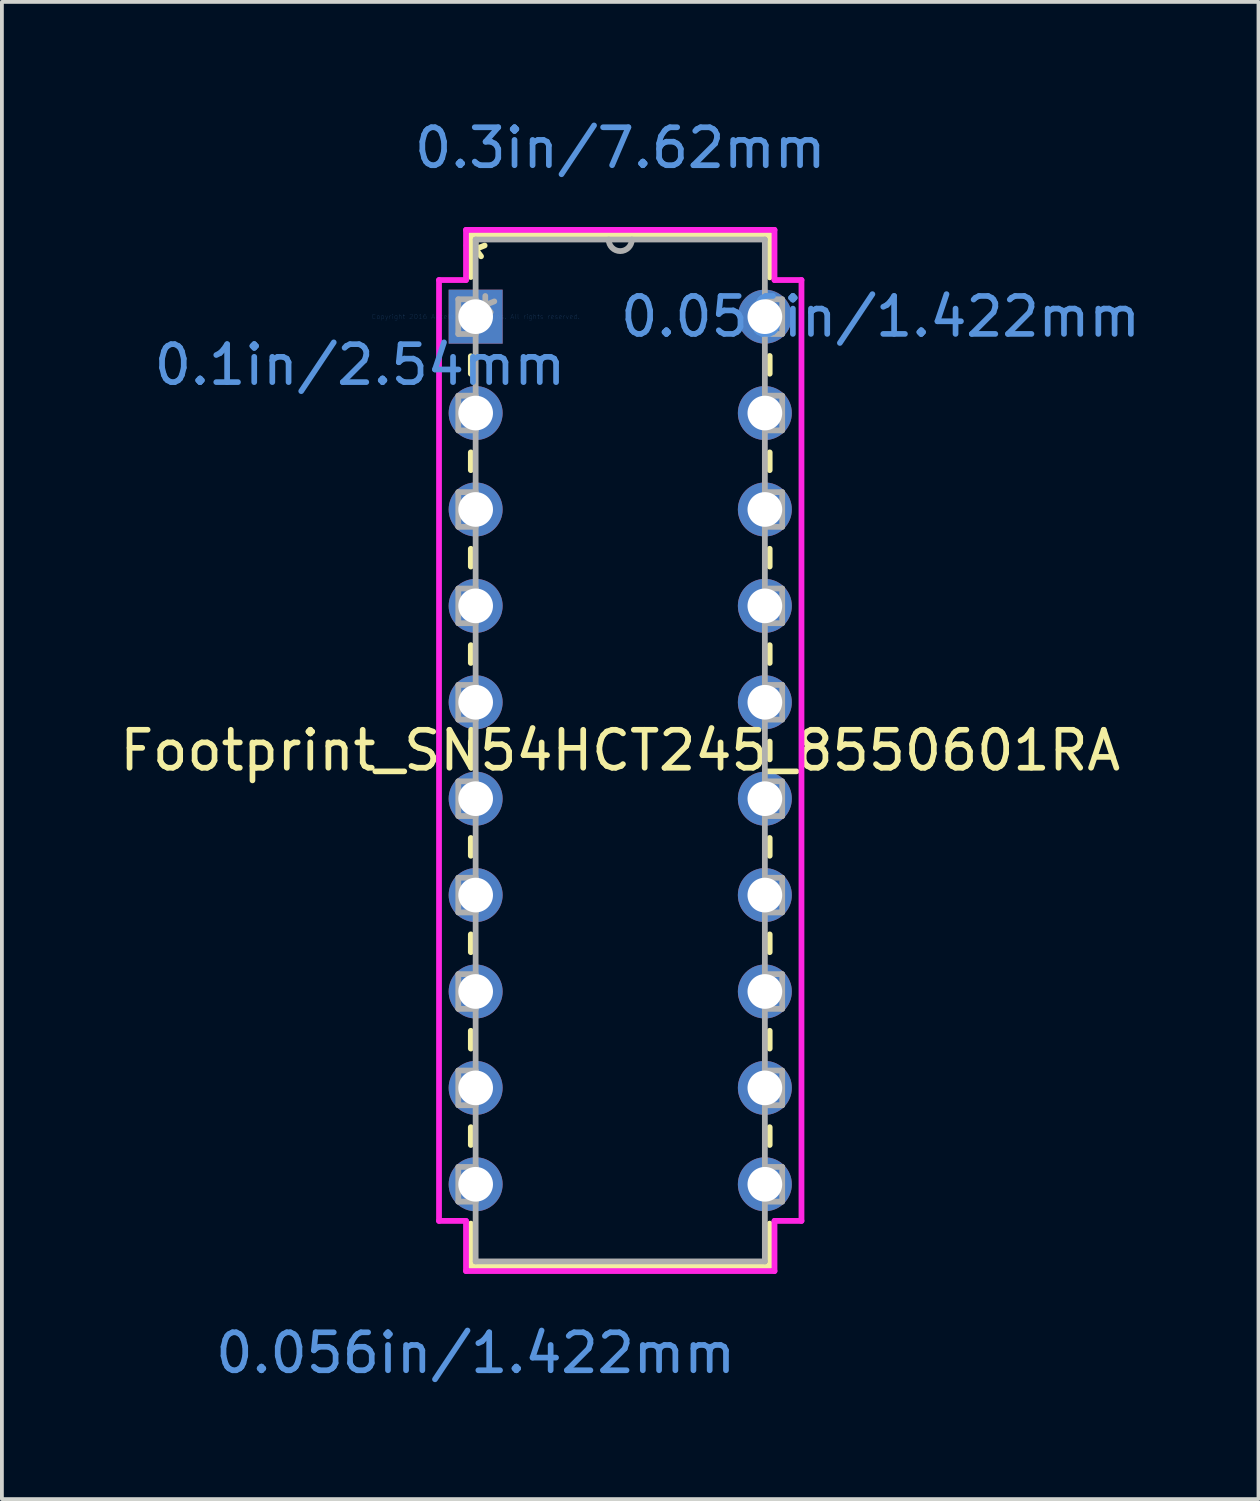
<source format=kicad_pcb>
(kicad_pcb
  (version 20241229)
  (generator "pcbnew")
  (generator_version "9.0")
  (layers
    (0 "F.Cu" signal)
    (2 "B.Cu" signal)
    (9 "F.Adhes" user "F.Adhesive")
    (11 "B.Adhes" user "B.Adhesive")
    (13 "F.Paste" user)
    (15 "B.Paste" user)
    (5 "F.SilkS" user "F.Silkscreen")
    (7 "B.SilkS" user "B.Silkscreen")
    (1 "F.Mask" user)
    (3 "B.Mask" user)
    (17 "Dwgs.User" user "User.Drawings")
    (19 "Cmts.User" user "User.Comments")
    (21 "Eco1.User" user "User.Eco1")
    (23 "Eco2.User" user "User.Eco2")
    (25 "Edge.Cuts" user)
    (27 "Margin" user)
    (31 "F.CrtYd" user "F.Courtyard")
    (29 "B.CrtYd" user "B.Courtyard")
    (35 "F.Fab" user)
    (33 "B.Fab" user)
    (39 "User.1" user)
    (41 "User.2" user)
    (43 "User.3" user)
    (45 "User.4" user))
  (footprint "Footprint_SN54HCT245_8550601RA"
    (layer "F.Cu")
    (at 9.482 5.293)
    (property "Reference" "Footprint_SN54HCT245_8550601RA" (at 3.81 11.43 0) (layer "F.SilkS") (effects (font (size 1 1) (thickness 0.15))))
    (attr through_hole)
    (fp_line (start -0.127 -2.159) (end -0.127 -1.044) (stroke (width 0.152) (type solid)) (layer "F.SilkS"))
    (fp_line (start -0.127 1.044) (end -0.127 1.504) (stroke (width 0.152) (type solid)) (layer "F.SilkS"))
    (fp_line (start -0.127 3.576) (end -0.127 4.044) (stroke (width 0.152) (type solid)) (layer "F.SilkS"))
    (fp_line (start -0.127 6.116) (end -0.127 6.584) (stroke (width 0.152) (type solid)) (layer "F.SilkS"))
    (fp_line (start -0.127 8.656) (end -0.127 9.124) (stroke (width 0.152) (type solid)) (layer "F.SilkS"))
    (fp_line (start -0.127 11.196) (end -0.127 11.664) (stroke (width 0.152) (type solid)) (layer "F.SilkS"))
    (fp_line (start -0.127 13.736) (end -0.127 14.204) (stroke (width 0.152) (type solid)) (layer "F.SilkS"))
    (fp_line (start -0.127 16.276) (end -0.127 16.744) (stroke (width 0.152) (type solid)) (layer "F.SilkS"))
    (fp_line (start -0.127 18.816) (end -0.127 19.284) (stroke (width 0.152) (type solid)) (layer "F.SilkS"))
    (fp_line (start -0.127 21.356) (end -0.127 21.824) (stroke (width 0.152) (type solid)) (layer "F.SilkS"))
    (fp_line (start -0.127 23.896) (end -0.127 25.019) (stroke (width 0.152) (type solid)) (layer "F.SilkS"))
    (fp_line (start -0.127 25.019) (end 7.747 25.019) (stroke (width 0.152) (type solid)) (layer "F.SilkS"))
    (fp_line (start 7.747 -2.159) (end -0.127 -2.159) (stroke (width 0.152) (type solid)) (layer "F.SilkS"))
    (fp_line (start 7.747 -1.036) (end 7.747 -2.159) (stroke (width 0.152) (type solid)) (layer "F.SilkS"))
    (fp_line (start 7.747 1.504) (end 7.747 1.036) (stroke (width 0.152) (type solid)) (layer "F.SilkS"))
    (fp_line (start 7.747 4.044) (end 7.747 3.576) (stroke (width 0.152) (type solid)) (layer "F.SilkS"))
    (fp_line (start 7.747 6.584) (end 7.747 6.116) (stroke (width 0.152) (type solid)) (layer "F.SilkS"))
    (fp_line (start 7.747 9.124) (end 7.747 8.656) (stroke (width 0.152) (type solid)) (layer "F.SilkS"))
    (fp_line (start 7.747 11.664) (end 7.747 11.196) (stroke (width 0.152) (type solid)) (layer "F.SilkS"))
    (fp_line (start 7.747 14.204) (end 7.747 13.736) (stroke (width 0.152) (type solid)) (layer "F.SilkS"))
    (fp_line (start 7.747 16.744) (end 7.747 16.276) (stroke (width 0.152) (type solid)) (layer "F.SilkS"))
    (fp_line (start 7.747 19.284) (end 7.747 18.816) (stroke (width 0.152) (type solid)) (layer "F.SilkS"))
    (fp_line (start 7.747 21.824) (end 7.747 21.356) (stroke (width 0.152) (type solid)) (layer "F.SilkS"))
    (fp_line (start 7.747 25.019) (end 7.747 23.896) (stroke (width 0.152) (type solid)) (layer "F.SilkS"))
    (fp_line (start -0.965 -0.965) (end -0.254 -0.965) (stroke (width 0.152) (type solid)) (layer "F.CrtYd"))
    (fp_line (start -0.965 23.825) (end -0.965 -0.965) (stroke (width 0.152) (type solid)) (layer "F.CrtYd"))
    (fp_line (start -0.254 -2.286) (end 7.874 -2.286) (stroke (width 0.152) (type solid)) (layer "F.CrtYd"))
    (fp_line (start -0.254 -0.965) (end -0.254 -2.286) (stroke (width 0.152) (type solid)) (layer "F.CrtYd"))
    (fp_line (start -0.254 23.825) (end -0.965 23.825) (stroke (width 0.152) (type solid)) (layer "F.CrtYd"))
    (fp_line (start -0.254 25.146) (end -0.254 23.825) (stroke (width 0.152) (type solid)) (layer "F.CrtYd"))
    (fp_line (start 7.874 -2.286) (end 7.874 -0.965) (stroke (width 0.152) (type solid)) (layer "F.CrtYd"))
    (fp_line (start 7.874 23.825) (end 7.874 25.146) (stroke (width 0.152) (type solid)) (layer "F.CrtYd"))
    (fp_line (start 7.874 25.146) (end -0.254 25.146) (stroke (width 0.152) (type solid)) (layer "F.CrtYd"))
    (fp_line (start 8.585 -0.965) (end 7.874 -0.965) (stroke (width 0.152) (type solid)) (layer "F.CrtYd"))
    (fp_line (start 8.585 -0.965) (end 8.585 23.825) (stroke (width 0.152) (type solid)) (layer "F.CrtYd"))
    (fp_line (start 8.585 23.825) (end 7.874 23.825) (stroke (width 0.152) (type solid)) (layer "F.CrtYd"))
    (fp_line (start -0.457 -0.457) (end -0.457 0.457) (stroke (width 0.152) (type solid)) (layer "F.Fab"))
    (fp_line (start -0.457 0.457) (end 0 0.457) (stroke (width 0.152) (type solid)) (layer "F.Fab"))
    (fp_line (start -0.457 2.083) (end -0.457 2.997) (stroke (width 0.152) (type solid)) (layer "F.Fab"))
    (fp_line (start -0.457 2.997) (end 0 2.997) (stroke (width 0.152) (type solid)) (layer "F.Fab"))
    (fp_line (start -0.457 4.623) (end -0.457 5.537) (stroke (width 0.152) (type solid)) (layer "F.Fab"))
    (fp_line (start -0.457 5.537) (end 0 5.537) (stroke (width 0.152) (type solid)) (layer "F.Fab"))
    (fp_line (start -0.457 7.163) (end -0.457 8.077) (stroke (width 0.152) (type solid)) (layer "F.Fab"))
    (fp_line (start -0.457 8.077) (end 0 8.077) (stroke (width 0.152) (type solid)) (layer "F.Fab"))
    (fp_line (start -0.457 9.703) (end -0.457 10.617) (stroke (width 0.152) (type solid)) (layer "F.Fab"))
    (fp_line (start -0.457 10.617) (end 0 10.617) (stroke (width 0.152) (type solid)) (layer "F.Fab"))
    (fp_line (start -0.457 12.243) (end -0.457 13.157) (stroke (width 0.152) (type solid)) (layer "F.Fab"))
    (fp_line (start -0.457 13.157) (end 0 13.157) (stroke (width 0.152) (type solid)) (layer "F.Fab"))
    (fp_line (start -0.457 14.783) (end -0.457 15.697) (stroke (width 0.152) (type solid)) (layer "F.Fab"))
    (fp_line (start -0.457 15.697) (end 0 15.697) (stroke (width 0.152) (type solid)) (layer "F.Fab"))
    (fp_line (start -0.457 17.323) (end -0.457 18.237) (stroke (width 0.152) (type solid)) (layer "F.Fab"))
    (fp_line (start -0.457 18.237) (end 0 18.237) (stroke (width 0.152) (type solid)) (layer "F.Fab"))
    (fp_line (start -0.457 19.863) (end -0.457 20.777) (stroke (width 0.152) (type solid)) (layer "F.Fab"))
    (fp_line (start -0.457 20.777) (end 0 20.777) (stroke (width 0.152) (type solid)) (layer "F.Fab"))
    (fp_line (start -0.457 22.403) (end -0.457 23.317) (stroke (width 0.152) (type solid)) (layer "F.Fab"))
    (fp_line (start -0.457 23.317) (end 0 23.317) (stroke (width 0.152) (type solid)) (layer "F.Fab"))
    (fp_line (start 0 -2.032) (end 0 24.892) (stroke (width 0.152) (type solid)) (layer "F.Fab"))
    (fp_line (start 0 -0.457) (end -0.457 -0.457) (stroke (width 0.152) (type solid)) (layer "F.Fab"))
    (fp_line (start 0 0.457) (end 0 -0.457) (stroke (width 0.152) (type solid)) (layer "F.Fab"))
    (fp_line (start 0 2.083) (end -0.457 2.083) (stroke (width 0.152) (type solid)) (layer "F.Fab"))
    (fp_line (start 0 2.997) (end 0 2.083) (stroke (width 0.152) (type solid)) (layer "F.Fab"))
    (fp_line (start 0 4.623) (end -0.457 4.623) (stroke (width 0.152) (type solid)) (layer "F.Fab"))
    (fp_line (start 0 5.537) (end 0 4.623) (stroke (width 0.152) (type solid)) (layer "F.Fab"))
    (fp_line (start 0 7.163) (end -0.457 7.163) (stroke (width 0.152) (type solid)) (layer "F.Fab"))
    (fp_line (start 0 8.077) (end 0 7.163) (stroke (width 0.152) (type solid)) (layer "F.Fab"))
    (fp_line (start 0 9.703) (end -0.457 9.703) (stroke (width 0.152) (type solid)) (layer "F.Fab"))
    (fp_line (start 0 10.617) (end 0 9.703) (stroke (width 0.152) (type solid)) (layer "F.Fab"))
    (fp_line (start 0 12.243) (end -0.457 12.243) (stroke (width 0.152) (type solid)) (layer "F.Fab"))
    (fp_line (start 0 13.157) (end 0 12.243) (stroke (width 0.152) (type solid)) (layer "F.Fab"))
    (fp_line (start 0 14.783) (end -0.457 14.783) (stroke (width 0.152) (type solid)) (layer "F.Fab"))
    (fp_line (start 0 15.697) (end 0 14.783) (stroke (width 0.152) (type solid)) (layer "F.Fab"))
    (fp_line (start 0 17.323) (end -0.457 17.323) (stroke (width 0.152) (type solid)) (layer "F.Fab"))
    (fp_line (start 0 18.237) (end 0 17.323) (stroke (width 0.152) (type solid)) (layer "F.Fab"))
    (fp_line (start 0 19.863) (end -0.457 19.863) (stroke (width 0.152) (type solid)) (layer "F.Fab"))
    (fp_line (start 0 20.777) (end 0 19.863) (stroke (width 0.152) (type solid)) (layer "F.Fab"))
    (fp_line (start 0 22.403) (end -0.457 22.403) (stroke (width 0.152) (type solid)) (layer "F.Fab"))
    (fp_line (start 0 23.317) (end 0 22.403) (stroke (width 0.152) (type solid)) (layer "F.Fab"))
    (fp_line (start 0 24.892) (end 7.62 24.892) (stroke (width 0.152) (type solid)) (layer "F.Fab"))
    (fp_line (start 7.62 -2.032) (end 0 -2.032) (stroke (width 0.152) (type solid)) (layer "F.Fab"))
    (fp_line (start 7.62 -0.457) (end 7.62 0.457) (stroke (width 0.152) (type solid)) (layer "F.Fab"))
    (fp_line (start 7.62 0.457) (end 8.077 0.457) (stroke (width 0.152) (type solid)) (layer "F.Fab"))
    (fp_line (start 7.62 2.083) (end 7.62 2.997) (stroke (width 0.152) (type solid)) (layer "F.Fab"))
    (fp_line (start 7.62 2.997) (end 8.077 2.997) (stroke (width 0.152) (type solid)) (layer "F.Fab"))
    (fp_line (start 7.62 4.623) (end 7.62 5.537) (stroke (width 0.152) (type solid)) (layer "F.Fab"))
    (fp_line (start 7.62 5.537) (end 8.077 5.537) (stroke (width 0.152) (type solid)) (layer "F.Fab"))
    (fp_line (start 7.62 7.163) (end 7.62 8.077) (stroke (width 0.152) (type solid)) (layer "F.Fab"))
    (fp_line (start 7.62 8.077) (end 8.077 8.077) (stroke (width 0.152) (type solid)) (layer "F.Fab"))
    (fp_line (start 7.62 9.703) (end 7.62 10.617) (stroke (width 0.152) (type solid)) (layer "F.Fab"))
    (fp_line (start 7.62 10.617) (end 8.077 10.617) (stroke (width 0.152) (type solid)) (layer "F.Fab"))
    (fp_line (start 7.62 12.243) (end 7.62 13.157) (stroke (width 0.152) (type solid)) (layer "F.Fab"))
    (fp_line (start 7.62 13.157) (end 8.077 13.157) (stroke (width 0.152) (type solid)) (layer "F.Fab"))
    (fp_line (start 7.62 14.783) (end 7.62 15.697) (stroke (width 0.152) (type solid)) (layer "F.Fab"))
    (fp_line (start 7.62 15.697) (end 8.077 15.697) (stroke (width 0.152) (type solid)) (layer "F.Fab"))
    (fp_line (start 7.62 17.323) (end 7.62 18.237) (stroke (width 0.152) (type solid)) (layer "F.Fab"))
    (fp_line (start 7.62 18.237) (end 8.077 18.237) (stroke (width 0.152) (type solid)) (layer "F.Fab"))
    (fp_line (start 7.62 19.863) (end 7.62 20.777) (stroke (width 0.152) (type solid)) (layer "F.Fab"))
    (fp_line (start 7.62 20.777) (end 8.077 20.777) (stroke (width 0.152) (type solid)) (layer "F.Fab"))
    (fp_line (start 7.62 22.403) (end 7.62 23.317) (stroke (width 0.152) (type solid)) (layer "F.Fab"))
    (fp_line (start 7.62 23.317) (end 8.077 23.317) (stroke (width 0.152) (type solid)) (layer "F.Fab"))
    (fp_line (start 7.62 24.892) (end 7.62 -2.032) (stroke (width 0.152) (type solid)) (layer "F.Fab"))
    (fp_line (start 8.077 -0.457) (end 7.62 -0.457) (stroke (width 0.152) (type solid)) (layer "F.Fab"))
    (fp_line (start 8.077 0.457) (end 8.077 -0.457) (stroke (width 0.152) (type solid)) (layer "F.Fab"))
    (fp_line (start 8.077 2.083) (end 7.62 2.083) (stroke (width 0.152) (type solid)) (layer "F.Fab"))
    (fp_line (start 8.077 2.997) (end 8.077 2.083) (stroke (width 0.152) (type solid)) (layer "F.Fab"))
    (fp_line (start 8.077 4.623) (end 7.62 4.623) (stroke (width 0.152) (type solid)) (layer "F.Fab"))
    (fp_line (start 8.077 5.537) (end 8.077 4.623) (stroke (width 0.152) (type solid)) (layer "F.Fab"))
    (fp_line (start 8.077 7.163) (end 7.62 7.163) (stroke (width 0.152) (type solid)) (layer "F.Fab"))
    (fp_line (start 8.077 8.077) (end 8.077 7.163) (stroke (width 0.152) (type solid)) (layer "F.Fab"))
    (fp_line (start 8.077 9.703) (end 7.62 9.703) (stroke (width 0.152) (type solid)) (layer "F.Fab"))
    (fp_line (start 8.077 10.617) (end 8.077 9.703) (stroke (width 0.152) (type solid)) (layer "F.Fab"))
    (fp_line (start 8.077 12.243) (end 7.62 12.243) (stroke (width 0.152) (type solid)) (layer "F.Fab"))
    (fp_line (start 8.077 13.157) (end 8.077 12.243) (stroke (width 0.152) (type solid)) (layer "F.Fab"))
    (fp_line (start 8.077 14.783) (end 7.62 14.783) (stroke (width 0.152) (type solid)) (layer "F.Fab"))
    (fp_line (start 8.077 15.697) (end 8.077 14.783) (stroke (width 0.152) (type solid)) (layer "F.Fab"))
    (fp_line (start 8.077 17.323) (end 7.62 17.323) (stroke (width 0.152) (type solid)) (layer "F.Fab"))
    (fp_line (start 8.077 18.237) (end 8.077 17.323) (stroke (width 0.152) (type solid)) (layer "F.Fab"))
    (fp_line (start 8.077 19.863) (end 7.62 19.863) (stroke (width 0.152) (type solid)) (layer "F.Fab"))
    (fp_line (start 8.077 20.777) (end 8.077 19.863) (stroke (width 0.152) (type solid)) (layer "F.Fab"))
    (fp_line (start 8.077 22.403) (end 7.62 22.403) (stroke (width 0.152) (type solid)) (layer "F.Fab"))
    (fp_line (start 8.077 23.317) (end 8.077 22.403) (stroke (width 0.152) (type solid)) (layer "F.Fab"))
    (fp_arc (start 4.1148 -2.032) (mid 3.81 -1.7272) (end 3.5052 -2.032) (stroke (width 0.1524) (type solid)) (layer "F.Fab"))
    (fp_text user "*" (at 0 -1.473 0) (layer "F.SilkS") (effects (font (size 1 1) (thickness 0.15))))
    (fp_text user "0.1in/2.54mm" (at -3.048 1.27 0) (layer "Cmts.User") (effects (font (size 1 1) (thickness 0.15))))
    (fp_text user "0.3in/7.62mm" (at 3.81 -4.445 0) (layer "Cmts.User") (effects (font (size 1 1) (thickness 0.15))))
    (fp_text user "0.056in/1.422mm" (at 0 27.305 0) (layer "Cmts.User") (effects (font (size 1 1) (thickness 0.15))))
    (fp_text user "0.056in/1.422mm" (at 10.668 0 0) (layer "Cmts.User") (effects (font (size 1 1) (thickness 0.15))))
    (fp_text user "Copyright 2016 Accelerated Designs. All rights reserved." (at 0 0 0) (layer "Cmts.User") (effects (font (size 0.127 0.127) (thickness 0.002))))
    (fp_text user "*" (at 0.254 0 0) (layer "F.Fab") (effects (font (size 1 1) (thickness 0.15))))
    (pad "1" thru_hole rect (at 0 0) (size 1.422 1.422) (drill 0.914) (layers "*.Cu" "*.Mask"))
    (pad "2" thru_hole circle (at 0 2.54) (size 1.422 1.422) (drill 0.914) (layers "*.Cu" "*.Mask"))
    (pad "3" thru_hole circle (at 0 5.08) (size 1.422 1.422) (drill 0.914) (layers "*.Cu" "*.Mask"))
    (pad "4" thru_hole circle (at 0 7.62) (size 1.422 1.422) (drill 0.914) (layers "*.Cu" "*.Mask"))
    (pad "5" thru_hole circle (at 0 10.16) (size 1.422 1.422) (drill 0.914) (layers "*.Cu" "*.Mask"))
    (pad "6" thru_hole circle (at 0 12.7) (size 1.422 1.422) (drill 0.914) (layers "*.Cu" "*.Mask"))
    (pad "7" thru_hole circle (at 0 15.24) (size 1.422 1.422) (drill 0.914) (layers "*.Cu" "*.Mask"))
    (pad "8" thru_hole circle (at 0 17.78) (size 1.422 1.422) (drill 0.914) (layers "*.Cu" "*.Mask"))
    (pad "9" thru_hole circle (at 0 20.32) (size 1.422 1.422) (drill 0.914) (layers "*.Cu" "*.Mask"))
    (pad "10" thru_hole circle (at 0 22.86) (size 1.422 1.422) (drill 0.914) (layers "*.Cu" "*.Mask"))
    (pad "11" thru_hole circle (at 7.62 22.86) (size 1.422 1.422) (drill 0.914) (layers "*.Cu" "*.Mask"))
    (pad "12" thru_hole circle (at 7.62 20.32) (size 1.422 1.422) (drill 0.914) (layers "*.Cu" "*.Mask"))
    (pad "13" thru_hole circle (at 7.62 17.78) (size 1.422 1.422) (drill 0.914) (layers "*.Cu" "*.Mask"))
    (pad "14" thru_hole circle (at 7.62 15.24) (size 1.422 1.422) (drill 0.914) (layers "*.Cu" "*.Mask"))
    (pad "15" thru_hole circle (at 7.62 12.7) (size 1.422 1.422) (drill 0.914) (layers "*.Cu" "*.Mask"))
    (pad "16" thru_hole circle (at 7.62 10.16) (size 1.422 1.422) (drill 0.914) (layers "*.Cu" "*.Mask"))
    (pad "17" thru_hole circle (at 7.62 7.62) (size 1.422 1.422) (drill 0.914) (layers "*.Cu" "*.Mask"))
    (pad "18" thru_hole circle (at 7.62 5.08) (size 1.422 1.422) (drill 0.914) (layers "*.Cu" "*.Mask"))
    (pad "19" thru_hole circle (at 7.62 2.54) (size 1.422 1.422) (drill 0.914) (layers "*.Cu" "*.Mask"))
    (pad "20" thru_hole circle (at 7.62 0) (size 1.422 1.422) (drill 0.914) (layers "*.Cu" "*.Mask")))
  (gr_rect
    (start -3 -3)
    (end 30.108 36.447)
    (stroke (width 0.1) (type default))
    (fill no)
    (layer "Edge.Cuts")))
</source>
